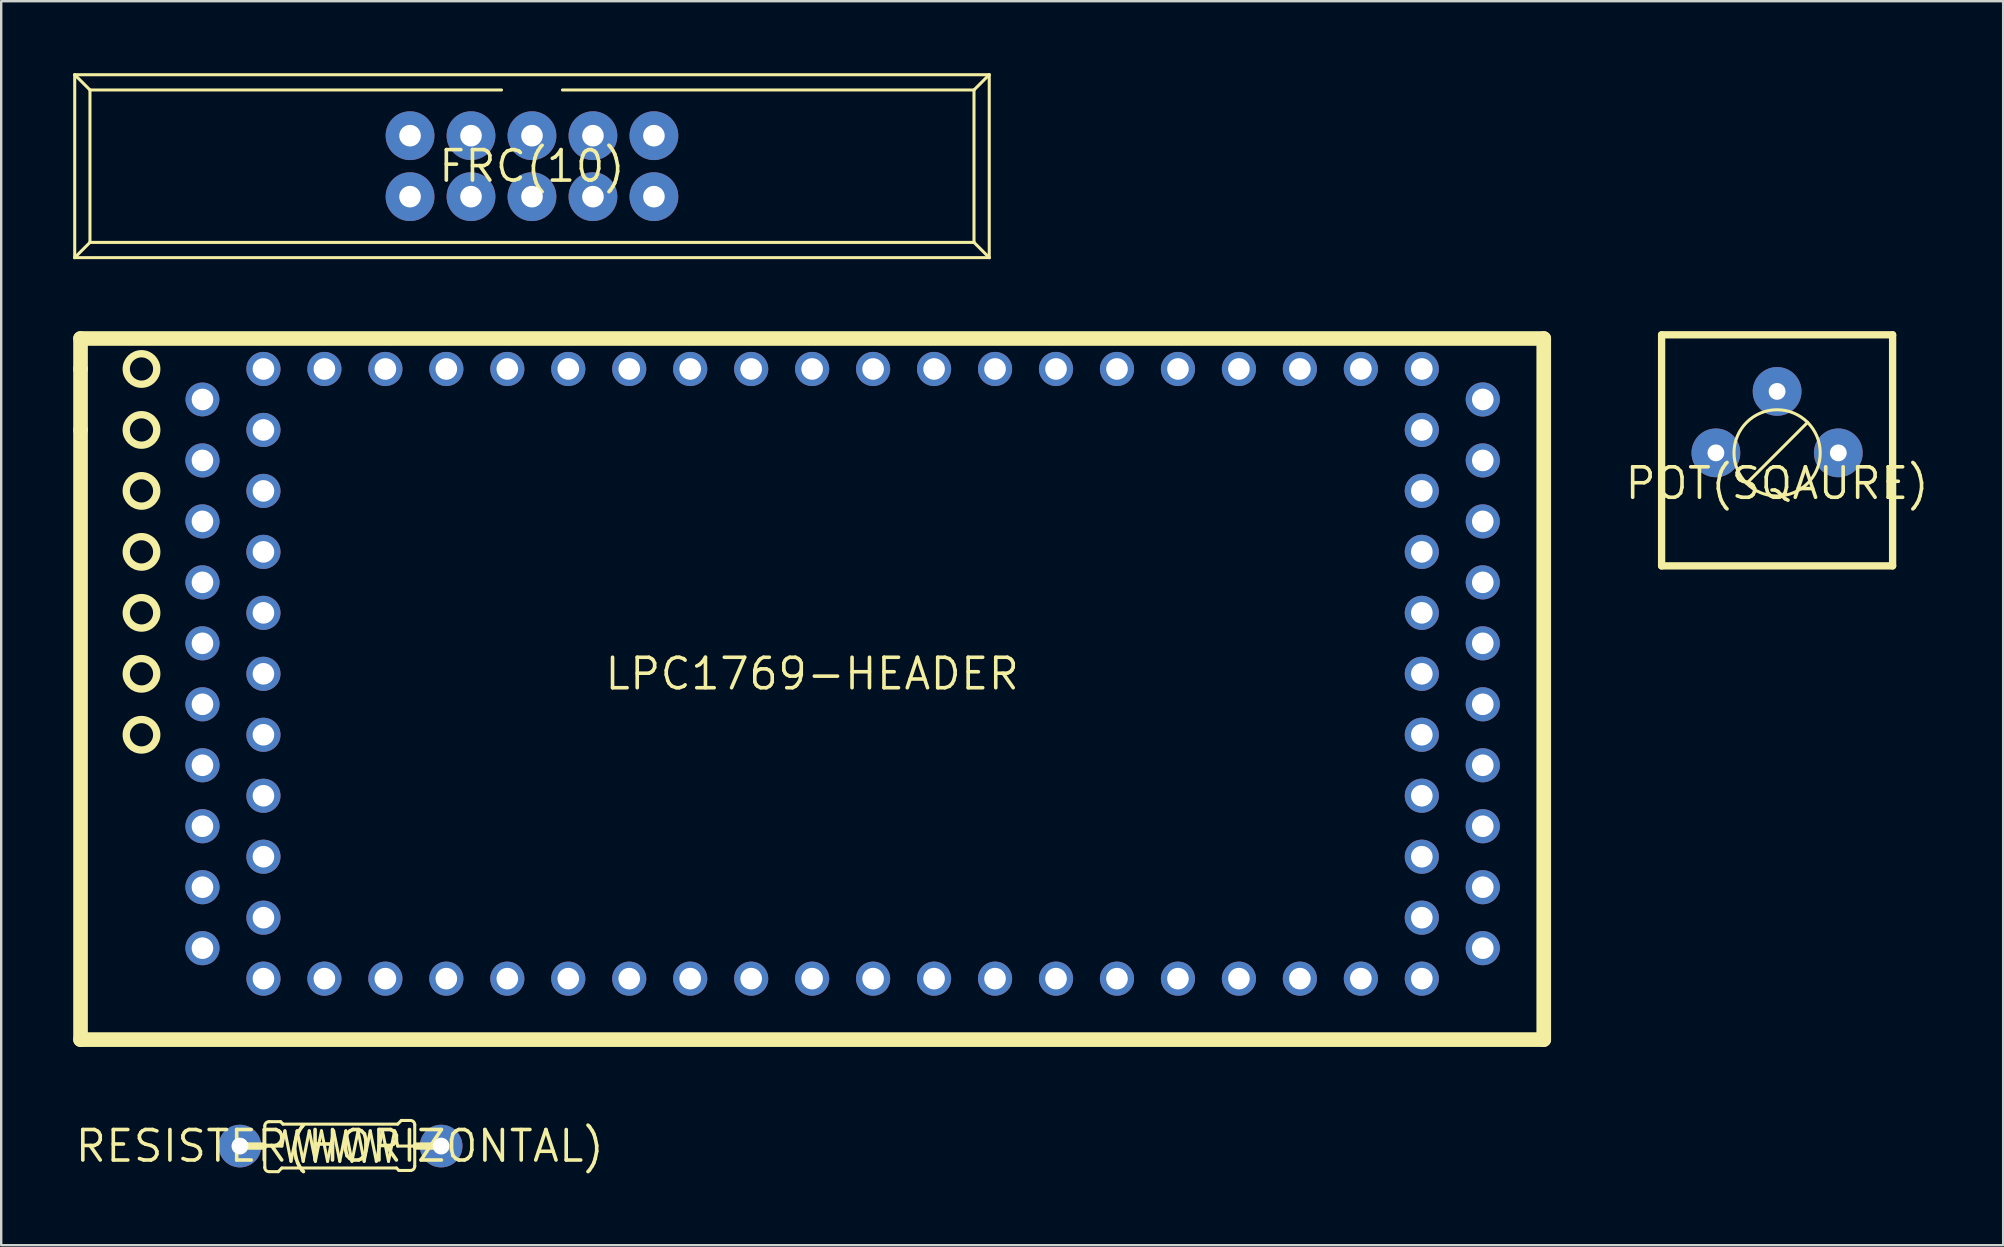
<source format=kicad_pcb>
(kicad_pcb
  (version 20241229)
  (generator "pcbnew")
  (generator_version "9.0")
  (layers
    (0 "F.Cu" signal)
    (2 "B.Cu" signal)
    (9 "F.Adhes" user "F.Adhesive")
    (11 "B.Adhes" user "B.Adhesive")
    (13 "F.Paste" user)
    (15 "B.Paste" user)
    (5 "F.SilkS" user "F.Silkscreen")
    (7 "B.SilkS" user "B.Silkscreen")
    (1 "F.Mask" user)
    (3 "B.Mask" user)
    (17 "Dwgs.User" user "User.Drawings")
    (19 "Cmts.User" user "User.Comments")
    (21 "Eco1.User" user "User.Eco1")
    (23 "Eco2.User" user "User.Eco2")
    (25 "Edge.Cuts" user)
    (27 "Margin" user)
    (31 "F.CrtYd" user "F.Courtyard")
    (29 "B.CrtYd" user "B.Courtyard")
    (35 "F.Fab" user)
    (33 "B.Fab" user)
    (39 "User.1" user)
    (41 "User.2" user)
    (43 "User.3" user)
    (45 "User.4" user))
  (footprint "POT(SQAURE)"
    (layer "F.Cu")
    (at 70.987 17.087)
    (property "Reference" "POT(SQAURE)" (at 0 0 0) (layer "F.SilkS") (effects (font (size 1.27 1.27) (thickness 0.15))))
    (attr through_hole)
    (fp_line (start -4.812 -6.188) (end -4.812 3.438) (stroke (width 0.305) (type solid)) (layer "F.SilkS"))
    (fp_line (start -4.812 -6.188) (end 4.812 -6.188) (stroke (width 0.305) (type solid)) (layer "F.SilkS"))
    (fp_line (start -4.812 3.438) (end 4.812 3.438) (stroke (width 0.305) (type solid)) (layer "F.SilkS"))
    (fp_line (start -1.27 0) (end 1.27 -2.54) (stroke (width 0.127) (type solid)) (layer "F.SilkS"))
    (fp_line (start 4.812 -6.188) (end 4.812 3.438) (stroke (width 0.305) (type solid)) (layer "F.SilkS"))
    (fp_circle (center 0 -1.27) (end 1.796 -1.27) (stroke (width 0.127) (type solid)) (fill no) (layer "F.SilkS"))
    (pad "1" thru_hole circle (at -2.55 -1.27) (size 2.032 2.032) (drill 0.7) (layers "*.Cu" "*.Mask"))
    (pad "2" thru_hole circle (at 0 -3.83) (size 2.032 2.032) (drill 0.7) (layers "*.Cu" "*.Mask"))
    (pad "3" thru_hole circle (at 2.55 -1.27) (size 2.032 2.032) (drill 0.7) (layers "*.Cu" "*.Mask")))
  (footprint "RESISTER(HORIZONTAL)"
    (layer "F.Cu")
    (at 11.105 44.697)
    (property "Reference" "RESISTER(HORIZONTAL)" (at 0 0 0) (layer "F.SilkS") (effects (font (size 1.27 1.27) (thickness 0.15))))
    (attr through_hole)
    (fp_line (start -4.15 0) (end -4.064 0) (stroke (width 0.127) (type solid)) (layer "F.SilkS"))
    (fp_line (start -3.175 0) (end -4.064 0) (stroke (width 0.305) (type solid)) (layer "F.SilkS"))
    (fp_line (start -3.175 0) (end -3.124 0) (stroke (width 0.127) (type solid)) (layer "F.SilkS"))
    (fp_line (start -3.124 -0.838) (end -3.124 0) (stroke (width 0.127) (type solid)) (layer "F.SilkS"))
    (fp_line (start -3.124 0) (end -2.413 0) (stroke (width 0.127) (type solid)) (layer "F.SilkS"))
    (fp_line (start -3.124 0.889) (end -3.124 0) (stroke (width 0.127) (type solid)) (layer "F.SilkS"))
    (fp_line (start -2.565 1.067) (end -2.921 1.067) (stroke (width 0.127) (type solid)) (layer "F.SilkS"))
    (fp_line (start -2.565 1.067) (end -2.413 0.914) (stroke (width 0.127) (type solid)) (layer "F.SilkS"))
    (fp_line (start -2.464 -1.016) (end -2.946 -1.016) (stroke (width 0.127) (type solid)) (layer "F.SilkS"))
    (fp_line (start -2.464 -1.016) (end -2.362 -0.914) (stroke (width 0.127) (type solid)) (layer "F.SilkS"))
    (fp_line (start -2.413 0) (end -2.286 -0.635) (stroke (width 0.127) (type solid)) (layer "F.SilkS"))
    (fp_line (start -2.413 0.914) (end 2.362 0.914) (stroke (width 0.127) (type solid)) (layer "F.SilkS"))
    (fp_line (start -2.362 -0.914) (end 2.413 -0.914) (stroke (width 0.127) (type solid)) (layer "F.SilkS"))
    (fp_line (start -2.286 -0.635) (end -2.032 0.635) (stroke (width 0.127) (type solid)) (layer "F.SilkS"))
    (fp_line (start -2.032 0.635) (end -1.778 -0.635) (stroke (width 0.127) (type solid)) (layer "F.SilkS"))
    (fp_line (start -1.778 -0.635) (end -1.524 0.635) (stroke (width 0.127) (type solid)) (layer "F.SilkS"))
    (fp_line (start -1.524 0.635) (end -1.27 -0.635) (stroke (width 0.127) (type solid)) (layer "F.SilkS"))
    (fp_line (start -1.27 -0.635) (end -1.016 0.635) (stroke (width 0.127) (type solid)) (layer "F.SilkS"))
    (fp_line (start -1.016 0.635) (end -0.762 -0.635) (stroke (width 0.127) (type solid)) (layer "F.SilkS"))
    (fp_line (start -0.762 -0.635) (end -0.508 0.635) (stroke (width 0.127) (type solid)) (layer "F.SilkS"))
    (fp_line (start -0.508 0.635) (end -0.254 -0.635) (stroke (width 0.127) (type solid)) (layer "F.SilkS"))
    (fp_line (start -0.254 -0.635) (end 0 0.635) (stroke (width 0.127) (type solid)) (layer "F.SilkS"))
    (fp_line (start 0 0.635) (end 0.254 -0.635) (stroke (width 0.127) (type solid)) (layer "F.SilkS"))
    (fp_line (start 0.254 -0.635) (end 0.508 0.635) (stroke (width 0.127) (type solid)) (layer "F.SilkS"))
    (fp_line (start 0.508 0.635) (end 0.762 -0.635) (stroke (width 0.127) (type solid)) (layer "F.SilkS"))
    (fp_line (start 0.762 -0.635) (end 1.016 0.635) (stroke (width 0.127) (type solid)) (layer "F.SilkS"))
    (fp_line (start 1.016 0.635) (end 1.27 -0.635) (stroke (width 0.127) (type solid)) (layer "F.SilkS"))
    (fp_line (start 1.27 -0.635) (end 1.524 0.635) (stroke (width 0.127) (type solid)) (layer "F.SilkS"))
    (fp_line (start 1.524 0.635) (end 1.778 -0.635) (stroke (width 0.127) (type solid)) (layer "F.SilkS"))
    (fp_line (start 1.778 -0.635) (end 2.032 0.635) (stroke (width 0.127) (type solid)) (layer "F.SilkS"))
    (fp_line (start 2.032 0.635) (end 2.286 -0.635) (stroke (width 0.127) (type solid)) (layer "F.SilkS"))
    (fp_line (start 2.286 -0.635) (end 2.413 0) (stroke (width 0.127) (type solid)) (layer "F.SilkS"))
    (fp_line (start 2.464 1.016) (end 2.362 0.914) (stroke (width 0.127) (type solid)) (layer "F.SilkS"))
    (fp_line (start 2.464 1.016) (end 2.946 1.016) (stroke (width 0.127) (type solid)) (layer "F.SilkS"))
    (fp_line (start 2.565 -1.067) (end 2.413 -0.914) (stroke (width 0.127) (type solid)) (layer "F.SilkS"))
    (fp_line (start 2.565 -1.067) (end 2.921 -1.067) (stroke (width 0.127) (type solid)) (layer "F.SilkS"))
    (fp_line (start 3.124 -0.889) (end 3.124 0.838) (stroke (width 0.127) (type solid)) (layer "F.SilkS"))
    (fp_line (start 3.175 0) (end 2.413 0) (stroke (width 0.127) (type solid)) (layer "F.SilkS"))
    (fp_line (start 3.175 0) (end 4.089 0) (stroke (width 0.305) (type solid)) (layer "F.SilkS"))
    (fp_arc (start -3.1242 -0.8382) (mid -3.072124 -0.963924) (end -2.9464 -1.016) (stroke (width 0.127) (type solid)) (layer "F.SilkS"))
    (fp_arc (start -2.9464 1.0668) (mid -3.072124 1.014724) (end -3.1242 0.889) (stroke (width 0.127) (type solid)) (layer "F.SilkS"))
    (fp_arc (start 2.9464 -1.0668) (mid 3.072124 -1.014724) (end 3.1242 -0.889) (stroke (width 0.127) (type solid)) (layer "F.SilkS"))
    (fp_arc (start 3.1242 0.8382) (mid 3.072124 0.963924) (end 2.9464 1.016) (stroke (width 0.127) (type solid)) (layer "F.SilkS"))
    (pad "1" thru_hole circle (at -4.159 0) (size 1.778 1.778) (drill 0.7) (layers "*.Cu" "*.Mask"))
    (pad "2" thru_hole circle (at 4.223 0) (size 1.778 1.778) (drill 0.7) (layers "*.Cu" "*.Mask")))
  (footprint "FRC(10)"
    (layer "F.Cu")
    (at 19.113 3.873)
    (property "Reference" "FRC(10)" (at 0 0 0) (layer "F.SilkS") (effects (font (size 1.27 1.27) (thickness 0.15))))
    (attr through_hole)
    (fp_line (start -19.05 3.81) (end -19.05 -3.81) (stroke (width 0.127) (type solid)) (layer "F.SilkS"))
    (fp_line (start -18.415 -3.175) (end -19.05 -3.81) (stroke (width 0.127) (type solid)) (layer "F.SilkS"))
    (fp_line (start -18.415 -3.175) (end -1.27 -3.175) (stroke (width 0.127) (type solid)) (layer "F.SilkS"))
    (fp_line (start -18.415 3.175) (end -19.05 3.81) (stroke (width 0.127) (type solid)) (layer "F.SilkS"))
    (fp_line (start -18.415 3.175) (end -18.415 -3.175) (stroke (width 0.127) (type solid)) (layer "F.SilkS"))
    (fp_line (start 1.27 -3.175) (end 18.415 -3.175) (stroke (width 0.127) (type solid)) (layer "F.SilkS"))
    (fp_line (start 18.415 -3.175) (end 18.415 3.175) (stroke (width 0.127) (type solid)) (layer "F.SilkS"))
    (fp_line (start 18.415 -3.175) (end 19.05 -3.81) (stroke (width 0.127) (type solid)) (layer "F.SilkS"))
    (fp_line (start 18.415 3.175) (end -18.415 3.175) (stroke (width 0.127) (type solid)) (layer "F.SilkS"))
    (fp_line (start 18.415 3.175) (end 19.05 3.81) (stroke (width 0.127) (type solid)) (layer "F.SilkS"))
    (fp_line (start 19.05 -3.81) (end -19.05 -3.81) (stroke (width 0.127) (type solid)) (layer "F.SilkS"))
    (fp_line (start 19.05 -3.81) (end 19.05 3.81) (stroke (width 0.127) (type solid)) (layer "F.SilkS"))
    (fp_line (start 19.05 3.81) (end -19.05 3.81) (stroke (width 0.127) (type solid)) (layer "F.SilkS"))
    (pad "1" thru_hole circle (at -5.08 1.27) (size 2.032 2.032) (drill 0.9) (layers "*.Cu" "*.Mask"))
    (pad "2" thru_hole circle (at -2.54 1.27) (size 2.032 2.032) (drill 0.9) (layers "*.Cu" "*.Mask"))
    (pad "3" thru_hole circle (at 0 1.27) (size 2.032 2.032) (drill 0.9) (layers "*.Cu" "*.Mask"))
    (pad "4" thru_hole circle (at 2.54 1.27) (size 2.032 2.032) (drill 0.9) (layers "*.Cu" "*.Mask"))
    (pad "5" thru_hole circle (at 5.08 1.27) (size 2.032 2.032) (drill 0.9) (layers "*.Cu" "*.Mask"))
    (pad "6" thru_hole circle (at 5.08 -1.27) (size 2.032 2.032) (drill 0.9) (layers "*.Cu" "*.Mask"))
    (pad "7" thru_hole circle (at 2.54 -1.27) (size 2.032 2.032) (drill 0.9) (layers "*.Cu" "*.Mask"))
    (pad "8" thru_hole circle (at 0 -1.27) (size 2.032 2.032) (drill 0.9) (layers "*.Cu" "*.Mask"))
    (pad "9" thru_hole circle (at -2.54 -1.27) (size 2.032 2.032) (drill 0.9) (layers "*.Cu" "*.Mask"))
    (pad "10" thru_hole circle (at -5.08 -1.27) (size 2.032 2.032) (drill 0.9) (layers "*.Cu" "*.Mask")))
  (footprint "LPC1769-HEADER"
    (layer "F.Cu")
    (at 30.785 25.022)
    (property "Reference" "LPC1769-HEADER" (at 0 0 0) (layer "F.SilkS") (effects (font (size 1.27 1.27) (thickness 0.15))))
    (attr through_hole)
    (fp_line (start -30.48 -13.97) (end -30.48 -12.7) (stroke (width 0.61) (type solid)) (layer "F.SilkS"))
    (fp_line (start -30.48 -12.7) (end -30.48 -10.16) (stroke (width 0.61) (type solid)) (layer "F.SilkS"))
    (fp_line (start -30.48 -10.16) (end -30.48 15.24) (stroke (width 0.61) (type solid)) (layer "F.SilkS"))
    (fp_line (start -30.48 15.24) (end 30.48 15.24) (stroke (width 0.61) (type solid)) (layer "F.SilkS"))
    (fp_line (start 30.48 -13.97) (end -30.48 -13.97) (stroke (width 0.61) (type solid)) (layer "F.SilkS"))
    (fp_line (start 30.48 15.24) (end 30.48 -13.97) (stroke (width 0.61) (type solid)) (layer "F.SilkS"))
    (fp_circle (center -27.94 -12.7) (end -27.305 -12.7) (stroke (width 0.305) (type solid)) (fill no) (layer "F.SilkS"))
    (fp_circle (center -27.94 -10.16) (end -27.305 -10.16) (stroke (width 0.305) (type solid)) (fill no) (layer "F.SilkS"))
    (fp_circle (center -27.94 -7.62) (end -27.305 -7.62) (stroke (width 0.305) (type solid)) (fill no) (layer "F.SilkS"))
    (fp_circle (center -27.94 -5.08) (end -27.305 -5.08) (stroke (width 0.305) (type solid)) (fill no) (layer "F.SilkS"))
    (fp_circle (center -27.94 -2.54) (end -27.305 -2.54) (stroke (width 0.305) (type solid)) (fill no) (layer "F.SilkS"))
    (fp_circle (center -27.94 0) (end -27.305 0) (stroke (width 0.305) (type solid)) (fill no) (layer "F.SilkS"))
    (fp_circle (center -27.94 2.54) (end -27.305 2.54) (stroke (width 0.305) (type solid)) (fill no) (layer "F.SilkS"))
    (pad "P$1" thru_hole circle (at -22.86 0) (size 1.422 1.422) (drill 0.9) (layers "*.Cu" "*.Mask"))
    (pad "P$2" thru_hole circle (at -22.86 -2.54) (size 1.422 1.422) (drill 0.9) (layers "*.Cu" "*.Mask"))
    (pad "P$3" thru_hole circle (at -22.86 -5.08) (size 1.422 1.422) (drill 0.9) (layers "*.Cu" "*.Mask"))
    (pad "P$4" thru_hole circle (at -22.86 -7.62) (size 1.422 1.422) (drill 0.9) (layers "*.Cu" "*.Mask"))
    (pad "P$5" thru_hole circle (at -22.86 -10.16) (size 1.422 1.422) (drill 0.9) (layers "*.Cu" "*.Mask"))
    (pad "P$6" thru_hole circle (at -22.86 2.54) (size 1.422 1.422) (drill 0.9) (layers "*.Cu" "*.Mask"))
    (pad "P$7" thru_hole circle (at -22.86 5.08) (size 1.422 1.422) (drill 0.9) (layers "*.Cu" "*.Mask"))
    (pad "P$8" thru_hole circle (at -22.86 7.62) (size 1.422 1.422) (drill 0.9) (layers "*.Cu" "*.Mask"))
    (pad "P$9" thru_hole circle (at -22.86 10.16) (size 1.422 1.422) (drill 0.9) (layers "*.Cu" "*.Mask"))
    (pad "P$10" thru_hole circle (at -25.4 8.89) (size 1.422 1.422) (drill 0.9) (layers "*.Cu" "*.Mask"))
    (pad "P$11" thru_hole circle (at -25.4 11.43) (size 1.422 1.422) (drill 0.9) (layers "*.Cu" "*.Mask"))
    (pad "P$12" thru_hole circle (at -25.4 6.35) (size 1.422 1.422) (drill 0.9) (layers "*.Cu" "*.Mask"))
    (pad "P$13" thru_hole circle (at -25.4 3.81) (size 1.422 1.422) (drill 0.9) (layers "*.Cu" "*.Mask"))
    (pad "P$14" thru_hole circle (at -25.4 1.27) (size 1.422 1.422) (drill 0.9) (layers "*.Cu" "*.Mask"))
    (pad "P$15" thru_hole circle (at -25.4 -1.27) (size 1.422 1.422) (drill 0.9) (layers "*.Cu" "*.Mask"))
    (pad "P$16" thru_hole circle (at -25.4 -3.81) (size 1.422 1.422) (drill 0.9) (layers "*.Cu" "*.Mask"))
    (pad "P$17" thru_hole circle (at -25.4 -6.35) (size 1.422 1.422) (drill 0.9) (layers "*.Cu" "*.Mask"))
    (pad "P$18" thru_hole circle (at -25.4 -8.89) (size 1.422 1.422) (drill 0.9) (layers "*.Cu" "*.Mask"))
    (pad "P$19" thru_hole circle (at -25.4 -11.43) (size 1.408 1.408) (drill 0.9) (layers "*.Cu" "*.Mask"))
    (pad "P$20" thru_hole circle (at -22.86 -12.7) (size 1.422 1.422) (drill 0.9) (layers "*.Cu" "*.Mask"))
    (pad "P$21" thru_hole circle (at -20.32 -12.7) (size 1.422 1.422) (drill 0.9) (layers "*.Cu" "*.Mask"))
    (pad "P$22" thru_hole circle (at -17.78 -12.7) (size 1.422 1.422) (drill 0.9) (layers "*.Cu" "*.Mask"))
    (pad "P$23" thru_hole circle (at -15.24 -12.7) (size 1.422 1.422) (drill 0.9) (layers "*.Cu" "*.Mask"))
    (pad "P$24" thru_hole circle (at -12.7 -12.7) (size 1.422 1.422) (drill 0.9) (layers "*.Cu" "*.Mask"))
    (pad "P$25" thru_hole circle (at -10.16 -12.7) (size 1.422 1.422) (drill 0.9) (layers "*.Cu" "*.Mask"))
    (pad "P$26" thru_hole circle (at -7.62 -12.7) (size 1.422 1.422) (drill 0.9) (layers "*.Cu" "*.Mask"))
    (pad "P$27" thru_hole circle (at -5.08 -12.7) (size 1.422 1.422) (drill 0.9) (layers "*.Cu" "*.Mask"))
    (pad "P$28" thru_hole circle (at -2.54 -12.7) (size 1.422 1.422) (drill 0.9) (layers "*.Cu" "*.Mask"))
    (pad "P$29" thru_hole circle (at 0 -12.7) (size 1.422 1.422) (drill 0.9) (layers "*.Cu" "*.Mask"))
    (pad "P$30" thru_hole circle (at 2.54 -12.7) (size 1.422 1.422) (drill 0.9) (layers "*.Cu" "*.Mask"))
    (pad "P$31" thru_hole circle (at 5.08 -12.7) (size 1.422 1.422) (drill 0.9) (layers "*.Cu" "*.Mask"))
    (pad "P$32" thru_hole circle (at 7.62 -12.7) (size 1.422 1.422) (drill 0.9) (layers "*.Cu" "*.Mask"))
    (pad "P$33" thru_hole circle (at 10.16 -12.7) (size 1.422 1.422) (drill 0.9) (layers "*.Cu" "*.Mask"))
    (pad "P$34" thru_hole circle (at 12.7 -12.7) (size 1.422 1.422) (drill 0.9) (layers "*.Cu" "*.Mask"))
    (pad "P$35" thru_hole circle (at 15.24 -12.7) (size 1.422 1.422) (drill 0.9) (layers "*.Cu" "*.Mask"))
    (pad "P$36" thru_hole circle (at 17.78 -12.7) (size 1.422 1.422) (drill 0.9) (layers "*.Cu" "*.Mask"))
    (pad "P$37" thru_hole circle (at 20.32 -12.7) (size 1.422 1.422) (drill 0.9) (layers "*.Cu" "*.Mask"))
    (pad "P$38" thru_hole circle (at 22.86 -12.7) (size 1.422 1.422) (drill 0.9) (layers "*.Cu" "*.Mask"))
    (pad "P$39" thru_hole circle (at 25.4 -12.7) (size 1.422 1.422) (drill 0.9) (layers "*.Cu" "*.Mask"))
    (pad "P$40" thru_hole circle (at 25.4 -10.16) (size 1.422 1.422) (drill 0.9) (layers "*.Cu" "*.Mask"))
    (pad "P$41" thru_hole circle (at 25.4 -7.62) (size 1.422 1.422) (drill 0.9) (layers "*.Cu" "*.Mask"))
    (pad "P$42" thru_hole circle (at 25.4 -5.08) (size 1.422 1.422) (drill 0.9) (layers "*.Cu" "*.Mask"))
    (pad "P$43" thru_hole circle (at 25.4 -2.54) (size 1.422 1.422) (drill 0.9) (layers "*.Cu" "*.Mask"))
    (pad "P$44" thru_hole circle (at 25.4 0) (size 1.422 1.422) (drill 0.9) (layers "*.Cu" "*.Mask"))
    (pad "P$45" thru_hole circle (at 25.4 2.54) (size 1.422 1.422) (drill 0.9) (layers "*.Cu" "*.Mask"))
    (pad "P$46" thru_hole circle (at 25.4 5.08) (size 1.422 1.422) (drill 0.9) (layers "*.Cu" "*.Mask"))
    (pad "P$47" thru_hole circle (at 25.4 7.62) (size 1.422 1.422) (drill 0.9) (layers "*.Cu" "*.Mask"))
    (pad "P$48" thru_hole circle (at 25.4 10.16) (size 1.422 1.422) (drill 0.9) (layers "*.Cu" "*.Mask"))
    (pad "P$49" thru_hole circle (at 25.4 12.7) (size 1.422 1.422) (drill 0.9) (layers "*.Cu" "*.Mask"))
    (pad "P$50" thru_hole circle (at 22.86 12.7) (size 1.422 1.422) (drill 0.9) (layers "*.Cu" "*.Mask"))
    (pad "P$51" thru_hole circle (at 20.32 12.7) (size 1.422 1.422) (drill 0.9) (layers "*.Cu" "*.Mask"))
    (pad "P$52" thru_hole circle (at 17.78 12.7) (size 1.422 1.422) (drill 0.9) (layers "*.Cu" "*.Mask"))
    (pad "P$53" thru_hole circle (at 15.24 12.7) (size 1.422 1.422) (drill 0.9) (layers "*.Cu" "*.Mask"))
    (pad "P$54" thru_hole circle (at 12.7 12.7) (size 1.422 1.422) (drill 0.9) (layers "*.Cu" "*.Mask"))
    (pad "P$55" thru_hole circle (at 10.16 12.7) (size 1.422 1.422) (drill 0.9) (layers "*.Cu" "*.Mask"))
    (pad "P$56" thru_hole circle (at 7.62 12.7) (size 1.422 1.422) (drill 0.9) (layers "*.Cu" "*.Mask"))
    (pad "P$57" thru_hole circle (at 5.08 12.7) (size 1.422 1.422) (drill 0.9) (layers "*.Cu" "*.Mask"))
    (pad "P$58" thru_hole circle (at 2.54 12.7) (size 1.422 1.422) (drill 0.9) (layers "*.Cu" "*.Mask"))
    (pad "P$59" thru_hole circle (at 0 12.7) (size 1.422 1.422) (drill 0.9) (layers "*.Cu" "*.Mask"))
    (pad "P$60" thru_hole circle (at -2.54 12.7) (size 1.422 1.422) (drill 0.9) (layers "*.Cu" "*.Mask"))
    (pad "P$61" thru_hole circle (at -5.08 12.7) (size 1.422 1.422) (drill 0.9) (layers "*.Cu" "*.Mask"))
    (pad "P$62" thru_hole circle (at -7.62 12.7) (size 1.422 1.422) (drill 0.9) (layers "*.Cu" "*.Mask"))
    (pad "P$63" thru_hole circle (at -10.16 12.7) (size 1.422 1.422) (drill 0.9) (layers "*.Cu" "*.Mask"))
    (pad "P$64" thru_hole circle (at -12.7 12.7) (size 1.422 1.422) (drill 0.9) (layers "*.Cu" "*.Mask"))
    (pad "P$65" thru_hole circle (at -15.24 12.7) (size 1.422 1.422) (drill 0.9) (layers "*.Cu" "*.Mask"))
    (pad "P$66" thru_hole circle (at -17.78 12.7) (size 1.422 1.422) (drill 0.9) (layers "*.Cu" "*.Mask"))
    (pad "P$67" thru_hole circle (at -20.32 12.7) (size 1.422 1.422) (drill 0.9) (layers "*.Cu" "*.Mask"))
    (pad "P$68" thru_hole circle (at -22.86 12.7) (size 1.422 1.422) (drill 0.9) (layers "*.Cu" "*.Mask"))
    (pad "P$69" thru_hole circle (at 27.94 11.43) (size 1.422 1.422) (drill 0.9) (layers "*.Cu" "*.Mask"))
    (pad "P$70" thru_hole circle (at 27.94 8.89) (size 1.422 1.422) (drill 0.9) (layers "*.Cu" "*.Mask"))
    (pad "P$71" thru_hole circle (at 27.94 6.35) (size 1.422 1.422) (drill 0.9) (layers "*.Cu" "*.Mask"))
    (pad "P$72" thru_hole circle (at 27.94 3.81) (size 1.422 1.422) (drill 0.9) (layers "*.Cu" "*.Mask"))
    (pad "P$73" thru_hole circle (at 27.94 1.27) (size 1.422 1.422) (drill 0.9) (layers "*.Cu" "*.Mask"))
    (pad "P$74" thru_hole circle (at 27.94 -1.27) (size 1.422 1.422) (drill 0.9) (layers "*.Cu" "*.Mask"))
    (pad "P$75" thru_hole circle (at 27.94 -3.81) (size 1.422 1.422) (drill 0.9) (layers "*.Cu" "*.Mask"))
    (pad "P$76" thru_hole circle (at 27.94 -6.35) (size 1.422 1.422) (drill 0.9) (layers "*.Cu" "*.Mask"))
    (pad "P$77" thru_hole circle (at 27.94 -8.89) (size 1.422 1.422) (drill 0.9) (layers "*.Cu" "*.Mask"))
    (pad "P$78" thru_hole circle (at 27.94 -11.43) (size 1.422 1.422) (drill 0.9) (layers "*.Cu" "*.Mask")))
  (gr_rect
    (start -3 -3)
    (end 80.405 48.827)
    (stroke (width 0.1) (type default))
    (fill no)
    (layer "Edge.Cuts")))
</source>
